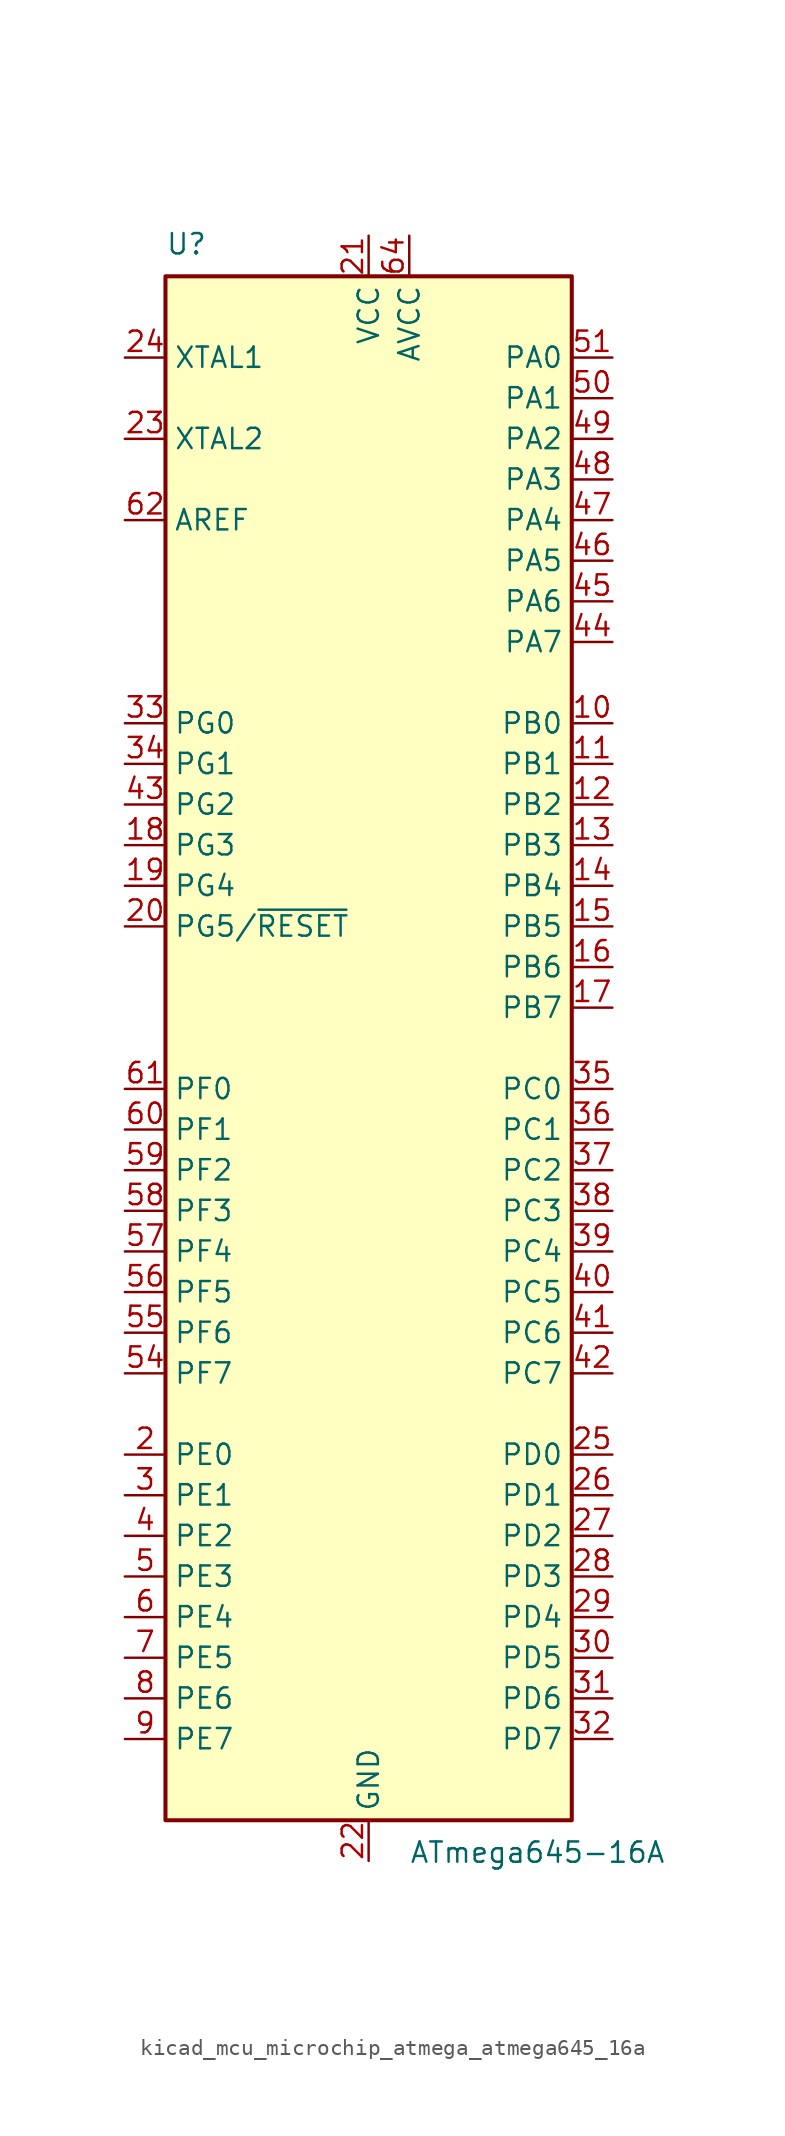
<source format=kicad_sym>
(kicad_symbol_lib
  (version 20220914)
  (generator kicad_symbol_editor)
  (symbol "kicad_mcu_microchip_atmega_atmega645_16a"
    (property "Reference" "U"
      (at -12.7 49.53 0)
      (effects (font (size 1.27 1.27)) (justify left bottom)))
    (property "Value" "ATmega645-16A"
      (at 2.54 -49.53 0)
      (effects (font (size 1.27 1.27)) (justify left top)))
    (symbol "kicad_mcu_microchip_atmega_atmega645_16a_0_1"
      (rectangle (start -12.7 -48.26) (end 12.7 48.26) (stroke (width 0.254) (type default)) (fill (type background))))
    (symbol "kicad_mcu_microchip_atmega_atmega645_16a_1_1"
      (pin no_connect line (at -12.7 -45.72 0) (length 2.54) hide (name "NC" (effects (font (size 1.27 1.27)))) (number "1" (effects (font (size 1.27 1.27)))))
      (pin bidirectional line (at 15.24 20.32 180) (length 2.54) (name "PB0" (effects (font (size 1.27 1.27)))) (number "10" (effects (font (size 1.27 1.27)))))
      (pin bidirectional line (at 15.24 17.78 180) (length 2.54) (name "PB1" (effects (font (size 1.27 1.27)))) (number "11" (effects (font (size 1.27 1.27)))))
      (pin bidirectional line (at 15.24 15.24 180) (length 2.54) (name "PB2" (effects (font (size 1.27 1.27)))) (number "12" (effects (font (size 1.27 1.27)))))
      (pin bidirectional line (at 15.24 12.7 180) (length 2.54) (name "PB3" (effects (font (size 1.27 1.27)))) (number "13" (effects (font (size 1.27 1.27)))))
      (pin bidirectional line (at 15.24 10.16 180) (length 2.54) (name "PB4" (effects (font (size 1.27 1.27)))) (number "14" (effects (font (size 1.27 1.27)))))
      (pin bidirectional line (at 15.24 7.62 180) (length 2.54) (name "PB5" (effects (font (size 1.27 1.27)))) (number "15" (effects (font (size 1.27 1.27)))))
      (pin bidirectional line (at 15.24 5.08 180) (length 2.54) (name "PB6" (effects (font (size 1.27 1.27)))) (number "16" (effects (font (size 1.27 1.27)))))
      (pin bidirectional line (at 15.24 2.54 180) (length 2.54) (name "PB7" (effects (font (size 1.27 1.27)))) (number "17" (effects (font (size 1.27 1.27)))))
      (pin bidirectional line (at -15.24 12.7 0) (length 2.54) (name "PG3" (effects (font (size 1.27 1.27)))) (number "18" (effects (font (size 1.27 1.27)))))
      (pin bidirectional line (at -15.24 10.16 0) (length 2.54) (name "PG4" (effects (font (size 1.27 1.27)))) (number "19" (effects (font (size 1.27 1.27)))))
      (pin bidirectional line (at -15.24 -25.4 0) (length 2.54) (name "PE0" (effects (font (size 1.27 1.27)))) (number "2" (effects (font (size 1.27 1.27)))))
      (pin bidirectional line (at -15.24 7.62 0) (length 2.54) (name "PG5/~{RESET}" (effects (font (size 1.27 1.27)))) (number "20" (effects (font (size 1.27 1.27)))))
      (pin power_in line (at 0 50.8 270) (length 2.54) (name "VCC" (effects (font (size 1.27 1.27)))) (number "21" (effects (font (size 1.27 1.27)))))
      (pin power_in line (at 0 -50.8 90) (length 2.54) (name "GND" (effects (font (size 1.27 1.27)))) (number "22" (effects (font (size 1.27 1.27)))))
      (pin output line (at -15.24 38.1 0) (length 2.54) (name "XTAL2" (effects (font (size 1.27 1.27)))) (number "23" (effects (font (size 1.27 1.27)))))
      (pin input line (at -15.24 43.18 0) (length 2.54) (name "XTAL1" (effects (font (size 1.27 1.27)))) (number "24" (effects (font (size 1.27 1.27)))))
      (pin bidirectional line (at 15.24 -25.4 180) (length 2.54) (name "PD0" (effects (font (size 1.27 1.27)))) (number "25" (effects (font (size 1.27 1.27)))))
      (pin bidirectional line (at 15.24 -27.94 180) (length 2.54) (name "PD1" (effects (font (size 1.27 1.27)))) (number "26" (effects (font (size 1.27 1.27)))))
      (pin bidirectional line (at 15.24 -30.48 180) (length 2.54) (name "PD2" (effects (font (size 1.27 1.27)))) (number "27" (effects (font (size 1.27 1.27)))))
      (pin bidirectional line (at 15.24 -33.02 180) (length 2.54) (name "PD3" (effects (font (size 1.27 1.27)))) (number "28" (effects (font (size 1.27 1.27)))))
      (pin bidirectional line (at 15.24 -35.56 180) (length 2.54) (name "PD4" (effects (font (size 1.27 1.27)))) (number "29" (effects (font (size 1.27 1.27)))))
      (pin bidirectional line (at -15.24 -27.94 0) (length 2.54) (name "PE1" (effects (font (size 1.27 1.27)))) (number "3" (effects (font (size 1.27 1.27)))))
      (pin bidirectional line (at 15.24 -38.1 180) (length 2.54) (name "PD5" (effects (font (size 1.27 1.27)))) (number "30" (effects (font (size 1.27 1.27)))))
      (pin bidirectional line (at 15.24 -40.64 180) (length 2.54) (name "PD6" (effects (font (size 1.27 1.27)))) (number "31" (effects (font (size 1.27 1.27)))))
      (pin bidirectional line (at 15.24 -43.18 180) (length 2.54) (name "PD7" (effects (font (size 1.27 1.27)))) (number "32" (effects (font (size 1.27 1.27)))))
      (pin bidirectional line (at -15.24 20.32 0) (length 2.54) (name "PG0" (effects (font (size 1.27 1.27)))) (number "33" (effects (font (size 1.27 1.27)))))
      (pin bidirectional line (at -15.24 17.78 0) (length 2.54) (name "PG1" (effects (font (size 1.27 1.27)))) (number "34" (effects (font (size 1.27 1.27)))))
      (pin bidirectional line (at 15.24 -2.54 180) (length 2.54) (name "PC0" (effects (font (size 1.27 1.27)))) (number "35" (effects (font (size 1.27 1.27)))))
      (pin bidirectional line (at 15.24 -5.08 180) (length 2.54) (name "PC1" (effects (font (size 1.27 1.27)))) (number "36" (effects (font (size 1.27 1.27)))))
      (pin bidirectional line (at 15.24 -7.62 180) (length 2.54) (name "PC2" (effects (font (size 1.27 1.27)))) (number "37" (effects (font (size 1.27 1.27)))))
      (pin bidirectional line (at 15.24 -10.16 180) (length 2.54) (name "PC3" (effects (font (size 1.27 1.27)))) (number "38" (effects (font (size 1.27 1.27)))))
      (pin bidirectional line (at 15.24 -12.7 180) (length 2.54) (name "PC4" (effects (font (size 1.27 1.27)))) (number "39" (effects (font (size 1.27 1.27)))))
      (pin bidirectional line (at -15.24 -30.48 0) (length 2.54) (name "PE2" (effects (font (size 1.27 1.27)))) (number "4" (effects (font (size 1.27 1.27)))))
      (pin bidirectional line (at 15.24 -15.24 180) (length 2.54) (name "PC5" (effects (font (size 1.27 1.27)))) (number "40" (effects (font (size 1.27 1.27)))))
      (pin bidirectional line (at 15.24 -17.78 180) (length 2.54) (name "PC6" (effects (font (size 1.27 1.27)))) (number "41" (effects (font (size 1.27 1.27)))))
      (pin bidirectional line (at 15.24 -20.32 180) (length 2.54) (name "PC7" (effects (font (size 1.27 1.27)))) (number "42" (effects (font (size 1.27 1.27)))))
      (pin bidirectional line (at -15.24 15.24 0) (length 2.54) (name "PG2" (effects (font (size 1.27 1.27)))) (number "43" (effects (font (size 1.27 1.27)))))
      (pin bidirectional line (at 15.24 25.4 180) (length 2.54) (name "PA7" (effects (font (size 1.27 1.27)))) (number "44" (effects (font (size 1.27 1.27)))))
      (pin bidirectional line (at 15.24 27.94 180) (length 2.54) (name "PA6" (effects (font (size 1.27 1.27)))) (number "45" (effects (font (size 1.27 1.27)))))
      (pin bidirectional line (at 15.24 30.48 180) (length 2.54) (name "PA5" (effects (font (size 1.27 1.27)))) (number "46" (effects (font (size 1.27 1.27)))))
      (pin bidirectional line (at 15.24 33.02 180) (length 2.54) (name "PA4" (effects (font (size 1.27 1.27)))) (number "47" (effects (font (size 1.27 1.27)))))
      (pin bidirectional line (at 15.24 35.56 180) (length 2.54) (name "PA3" (effects (font (size 1.27 1.27)))) (number "48" (effects (font (size 1.27 1.27)))))
      (pin bidirectional line (at 15.24 38.1 180) (length 2.54) (name "PA2" (effects (font (size 1.27 1.27)))) (number "49" (effects (font (size 1.27 1.27)))))
      (pin bidirectional line (at -15.24 -33.02 0) (length 2.54) (name "PE3" (effects (font (size 1.27 1.27)))) (number "5" (effects (font (size 1.27 1.27)))))
      (pin bidirectional line (at 15.24 40.64 180) (length 2.54) (name "PA1" (effects (font (size 1.27 1.27)))) (number "50" (effects (font (size 1.27 1.27)))))
      (pin bidirectional line (at 15.24 43.18 180) (length 2.54) (name "PA0" (effects (font (size 1.27 1.27)))) (number "51" (effects (font (size 1.27 1.27)))))
      (pin passive line (at 0 50.8 270) (length 2.54) hide (name "VCC" (effects (font (size 1.27 1.27)))) (number "52" (effects (font (size 1.27 1.27)))))
      (pin passive line (at 0 -50.8 90) (length 2.54) hide (name "GND" (effects (font (size 1.27 1.27)))) (number "53" (effects (font (size 1.27 1.27)))))
      (pin bidirectional line (at -15.24 -20.32 0) (length 2.54) (name "PF7" (effects (font (size 1.27 1.27)))) (number "54" (effects (font (size 1.27 1.27)))))
      (pin bidirectional line (at -15.24 -17.78 0) (length 2.54) (name "PF6" (effects (font (size 1.27 1.27)))) (number "55" (effects (font (size 1.27 1.27)))))
      (pin bidirectional line (at -15.24 -15.24 0) (length 2.54) (name "PF5" (effects (font (size 1.27 1.27)))) (number "56" (effects (font (size 1.27 1.27)))))
      (pin bidirectional line (at -15.24 -12.7 0) (length 2.54) (name "PF4" (effects (font (size 1.27 1.27)))) (number "57" (effects (font (size 1.27 1.27)))))
      (pin bidirectional line (at -15.24 -10.16 0) (length 2.54) (name "PF3" (effects (font (size 1.27 1.27)))) (number "58" (effects (font (size 1.27 1.27)))))
      (pin bidirectional line (at -15.24 -7.62 0) (length 2.54) (name "PF2" (effects (font (size 1.27 1.27)))) (number "59" (effects (font (size 1.27 1.27)))))
      (pin bidirectional line (at -15.24 -35.56 0) (length 2.54) (name "PE4" (effects (font (size 1.27 1.27)))) (number "6" (effects (font (size 1.27 1.27)))))
      (pin bidirectional line (at -15.24 -5.08 0) (length 2.54) (name "PF1" (effects (font (size 1.27 1.27)))) (number "60" (effects (font (size 1.27 1.27)))))
      (pin bidirectional line (at -15.24 -2.54 0) (length 2.54) (name "PF0" (effects (font (size 1.27 1.27)))) (number "61" (effects (font (size 1.27 1.27)))))
      (pin passive line (at -15.24 33.02 0) (length 2.54) (name "AREF" (effects (font (size 1.27 1.27)))) (number "62" (effects (font (size 1.27 1.27)))))
      (pin passive line (at 0 -50.8 90) (length 2.54) hide (name "GND" (effects (font (size 1.27 1.27)))) (number "63" (effects (font (size 1.27 1.27)))))
      (pin power_in line (at 2.54 50.8 270) (length 2.54) (name "AVCC" (effects (font (size 1.27 1.27)))) (number "64" (effects (font (size 1.27 1.27)))))
      (pin bidirectional line (at -15.24 -38.1 0) (length 2.54) (name "PE5" (effects (font (size 1.27 1.27)))) (number "7" (effects (font (size 1.27 1.27)))))
      (pin bidirectional line (at -15.24 -40.64 0) (length 2.54) (name "PE6" (effects (font (size 1.27 1.27)))) (number "8" (effects (font (size 1.27 1.27)))))
      (pin bidirectional line (at -15.24 -43.18 0) (length 2.54) (name "PE7" (effects (font (size 1.27 1.27)))) (number "9" (effects (font (size 1.27 1.27))))))))
</source>
